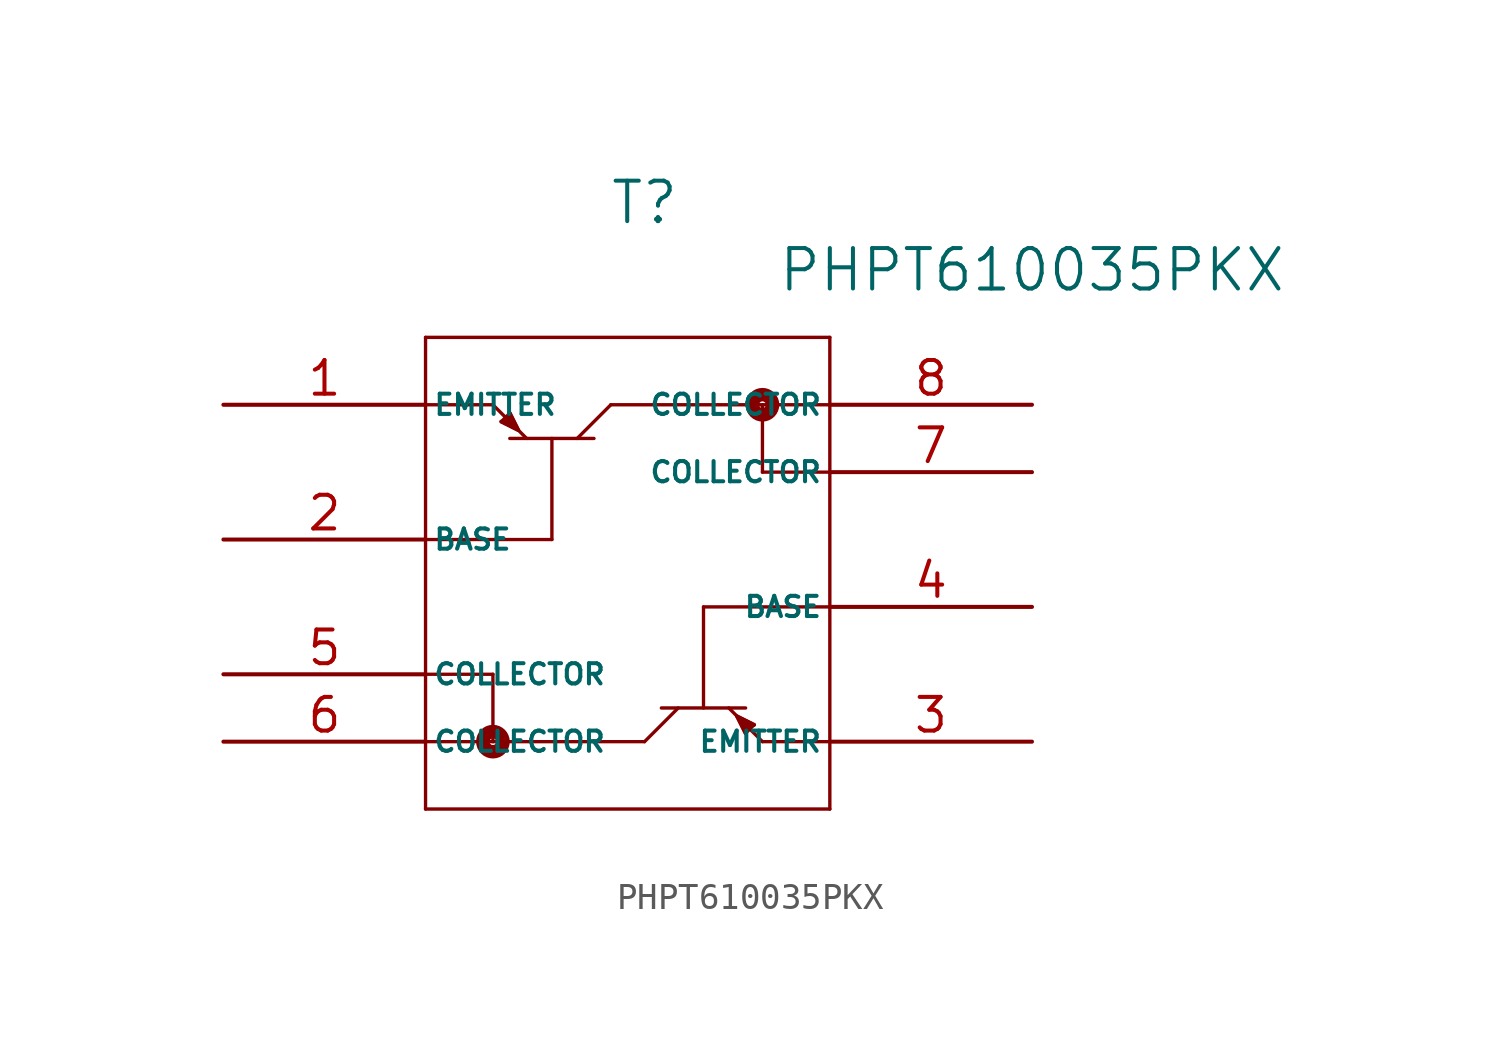
<source format=kicad_sym>
(kicad_symbol_lib
  (version 20241209)
  (generator "kicad_symbol_editor")
  (generator_version "9.0")
  (symbol "PHPT610035PKX"
    (pin_names
      (offset 0.254))
    (property "Reference" "T"
      (at 15.875 7.62 0)
      (effects (font (size 1.524 1.524))))
    (property "Value" "PHPT610035PKX"
      (at 30.48 5.08 0)
      (effects (font (size 1.524 1.524))))
    (property "ki_locked" ""
      (at 0 0 0)
      (effects (font (size 1.27 1.27))))
    (symbol "PHPT610035PKX_0_1"
      (polyline (pts (xy 7.62 2.54) (xy 7.62 -15.24)) (stroke (width 0.127) (type default)) (fill (type none)))
      (polyline (pts (xy 7.62 0) (xy 10.16 0)) (stroke (width 0.127) (type default)) (fill (type none)))
      (polyline (pts (xy 7.62 -5.08) (xy 12.383 -5.08)) (stroke (width 0.127) (type default)) (fill (type none)))
      (polyline (pts (xy 7.62 -10.16) (xy 10.16 -10.16)) (stroke (width 0.127) (type default)) (fill (type none)))
      (polyline (pts (xy 7.62 -15.24) (xy 22.86 -15.24)) (stroke (width 0.127) (type default)) (fill (type none)))
      (polyline (pts (xy 10.16 0) (xy 11.43 -1.27)) (stroke (width 0.127) (type default)) (fill (type none)))
      (polyline (pts (xy 10.16 -10.16) (xy 10.16 -12.7)) (stroke (width 0.127) (type default)) (fill (type none)))
      (circle (center 10.16 -12.7) (radius 0.127) (stroke (width 0.508) (type default)) (fill (type none)))
      (polyline (pts (xy 10.477 -0.635) (xy 11.113 -0.953)) (stroke (width 0.127) (type default)) (fill (type none)))
      (polyline (pts (xy 10.477 -0.635) (xy 11.113 -0.953) (xy 10.795 -0.318)) (stroke (width 0) (type default)) (fill (type outline)))
      (polyline (pts (xy 10.795 -0.318) (xy 10.477 -0.635)) (stroke (width 0.127) (type default)) (fill (type none)))
      (polyline (pts (xy 10.795 -1.27) (xy 13.97 -1.27)) (stroke (width 0.127) (type default)) (fill (type none)))
      (polyline (pts (xy 11.113 -0.953) (xy 10.795 -0.318)) (stroke (width 0.127) (type default)) (fill (type none)))
      (polyline (pts (xy 12.383 -1.27) (xy 12.383 -5.08)) (stroke (width 0.127) (type default)) (fill (type none)))
      (polyline (pts (xy 13.335 -1.27) (xy 14.605 0)) (stroke (width 0.127) (type default)) (fill (type none)))
      (polyline (pts (xy 14.605 0) (xy 22.86 0)) (stroke (width 0.127) (type default)) (fill (type none)))
      (polyline (pts (xy 15.875 -12.7) (xy 7.62 -12.7)) (stroke (width 0.127) (type default)) (fill (type none)))
      (polyline (pts (xy 17.145 -11.43) (xy 15.875 -12.7)) (stroke (width 0.127) (type default)) (fill (type none)))
      (polyline (pts (xy 18.098 -11.43) (xy 18.098 -7.62)) (stroke (width 0.127) (type default)) (fill (type none)))
      (polyline (pts (xy 19.367 -11.748) (xy 19.685 -12.383)) (stroke (width 0.127) (type default)) (fill (type none)))
      (polyline (pts (xy 19.685 -11.43) (xy 16.51 -11.43)) (stroke (width 0.127) (type default)) (fill (type none)))
      (polyline (pts (xy 19.685 -12.383) (xy 20.003 -12.065)) (stroke (width 0.127) (type default)) (fill (type none)))
      (polyline (pts (xy 20.003 -12.065) (xy 19.367 -11.748)) (stroke (width 0.127) (type default)) (fill (type none)))
      (polyline (pts (xy 20.003 -12.065) (xy 19.367 -11.748) (xy 19.685 -12.383)) (stroke (width 0) (type default)) (fill (type outline)))
      (circle (center 20.32 0) (radius 0.127) (stroke (width 0.508) (type default)) (fill (type none)))
      (polyline (pts (xy 20.32 -2.54) (xy 20.32 0)) (stroke (width 0.127) (type default)) (fill (type none)))
      (polyline (pts (xy 20.32 -12.7) (xy 19.05 -11.43)) (stroke (width 0.127) (type default)) (fill (type none)))
      (polyline (pts (xy 22.86 2.54) (xy 7.62 2.54)) (stroke (width 0.127) (type default)) (fill (type none)))
      (polyline (pts (xy 22.86 -2.54) (xy 20.32 -2.54)) (stroke (width 0.127) (type default)) (fill (type none)))
      (polyline (pts (xy 22.86 -7.62) (xy 18.098 -7.62)) (stroke (width 0.127) (type default)) (fill (type none)))
      (polyline (pts (xy 22.86 -12.7) (xy 20.32 -12.7)) (stroke (width 0.127) (type default)) (fill (type none)))
      (polyline (pts (xy 22.86 -15.24) (xy 22.86 2.54)) (stroke (width 0.127) (type default)) (fill (type none))))
    (symbol "PHPT610035PKX_1_1"
      (pin unspecified line (at 0 0 0) (length 7.62) (name "EMITTER" (effects (font (size 0.762 0.762)))) (number "1" (effects (font (size 1.27 1.27)))))
      (pin unspecified line (at 0 -5.08 0) (length 7.62) (name "BASE" (effects (font (size 0.762 0.762)))) (number "2" (effects (font (size 1.27 1.27)))))
      (pin unspecified line (at 0 -10.16 0) (length 7.62) (name "COLLECTOR" (effects (font (size 0.762 0.762)))) (number "5" (effects (font (size 1.27 1.27)))))
      (pin unspecified line (at 0 -12.7 0) (length 7.62) (name "COLLECTOR" (effects (font (size 0.762 0.762)))) (number "6" (effects (font (size 1.27 1.27)))))
      (pin unspecified line (at 30.48 0 180) (length 7.62) (name "COLLECTOR" (effects (font (size 0.762 0.762)))) (number "8" (effects (font (size 1.27 1.27)))))
      (pin unspecified line (at 30.48 -2.54 180) (length 7.62) (name "COLLECTOR" (effects (font (size 0.762 0.762)))) (number "7" (effects (font (size 1.27 1.27)))))
      (pin unspecified line (at 30.48 -7.62 180) (length 7.62) (name "BASE" (effects (font (size 0.762 0.762)))) (number "4" (effects (font (size 1.27 1.27)))))
      (pin unspecified line (at 30.48 -12.7 180) (length 7.62) (name "EMITTER" (effects (font (size 0.762 0.762)))) (number "3" (effects (font (size 1.27 1.27))))))))
</source>
